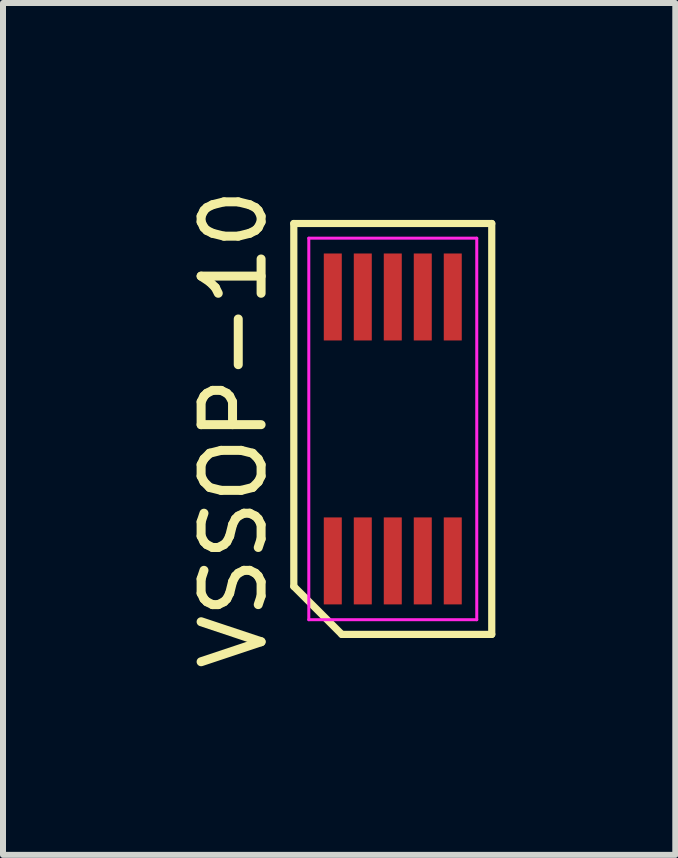
<source format=kicad_pcb>
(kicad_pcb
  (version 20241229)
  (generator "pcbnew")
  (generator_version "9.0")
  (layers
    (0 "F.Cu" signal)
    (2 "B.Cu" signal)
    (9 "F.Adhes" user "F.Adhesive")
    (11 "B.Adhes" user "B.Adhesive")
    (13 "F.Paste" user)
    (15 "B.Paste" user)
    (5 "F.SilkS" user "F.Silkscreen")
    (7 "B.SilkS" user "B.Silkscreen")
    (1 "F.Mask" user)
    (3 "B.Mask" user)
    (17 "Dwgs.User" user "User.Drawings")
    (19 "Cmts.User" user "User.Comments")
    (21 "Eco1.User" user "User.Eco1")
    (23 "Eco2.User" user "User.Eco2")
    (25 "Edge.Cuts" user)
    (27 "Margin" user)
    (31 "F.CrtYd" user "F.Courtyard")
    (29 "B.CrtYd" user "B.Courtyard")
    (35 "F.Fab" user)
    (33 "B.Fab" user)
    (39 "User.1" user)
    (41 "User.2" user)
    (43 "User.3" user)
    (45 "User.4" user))
  (footprint "VSSOP-10"
    (layer "F.Cu")
    (at 3.498 4.101)
    (property "Reference" "VSSOP-10" (at -2.65 0 90) (unlocked yes) (layer "F.SilkS") (effects (font (size 1 1) (thickness 0.15))))
    (attr smd)
    (fp_line (start -1.65 -3.425) (end 1.65 -3.425) (stroke (width 0.12) (type default)) (layer "F.SilkS"))
    (fp_line (start -1.65 2.625) (end -1.65 -3.425) (stroke (width 0.12) (type default)) (layer "F.SilkS"))
    (fp_line (start -0.85 3.425) (end -1.65 2.625) (stroke (width 0.12) (type default)) (layer "F.SilkS"))
    (fp_line (start 1.65 -3.425) (end 1.65 3.425) (stroke (width 0.12) (type default)) (layer "F.SilkS"))
    (fp_line (start 1.65 3.425) (end -0.85 3.425) (stroke (width 0.12) (type default)) (layer "F.SilkS"))
    (fp_line (start -1.4 -3.18) (end 1.4 -3.18) (stroke (width 0.05) (type default)) (layer "F.CrtYd"))
    (fp_line (start -1.4 3.18) (end -1.4 -3.18) (stroke (width 0.05) (type default)) (layer "F.CrtYd"))
    (fp_line (start 1.4 -3.18) (end 1.4 3.18) (stroke (width 0.05) (type default)) (layer "F.CrtYd"))
    (fp_line (start 1.4 3.18) (end -1.4 3.18) (stroke (width 0.05) (type default)) (layer "F.CrtYd"))
    (pad "1" smd rect (at -1 2.2) (size 0.3 1.45) (layers "F.Cu" "F.Mask" "F.Paste"))
    (pad "2" smd rect (at -0.5 2.2) (size 0.3 1.45) (layers "F.Cu" "F.Mask" "F.Paste"))
    (pad "3" smd rect (at 0 2.2) (size 0.3 1.45) (layers "F.Cu" "F.Mask" "F.Paste"))
    (pad "4" smd rect (at 0.5 2.2) (size 0.3 1.45) (layers "F.Cu" "F.Mask" "F.Paste"))
    (pad "5" smd rect (at 1 2.2) (size 0.3 1.45) (layers "F.Cu" "F.Mask" "F.Paste"))
    (pad "6" smd rect (at 1 -2.2) (size 0.3 1.45) (layers "F.Cu" "F.Mask" "F.Paste"))
    (pad "7" smd rect (at 0.5 -2.2) (size 0.3 1.45) (layers "F.Cu" "F.Mask" "F.Paste"))
    (pad "8" smd rect (at 0 -2.2) (size 0.3 1.45) (layers "F.Cu" "F.Mask" "F.Paste"))
    (pad "9" smd rect (at -0.5 -2.2) (size 0.3 1.45) (layers "F.Cu" "F.Mask" "F.Paste"))
    (pad "10" smd rect (at -1 -2.2) (size 0.3 1.45) (layers "F.Cu" "F.Mask" "F.Paste")))
  (gr_rect
    (start -3 -3)
    (end 8.208 11.202)
    (stroke (width 0.1) (type default))
    (fill no)
    (layer "Edge.Cuts")))
</source>
